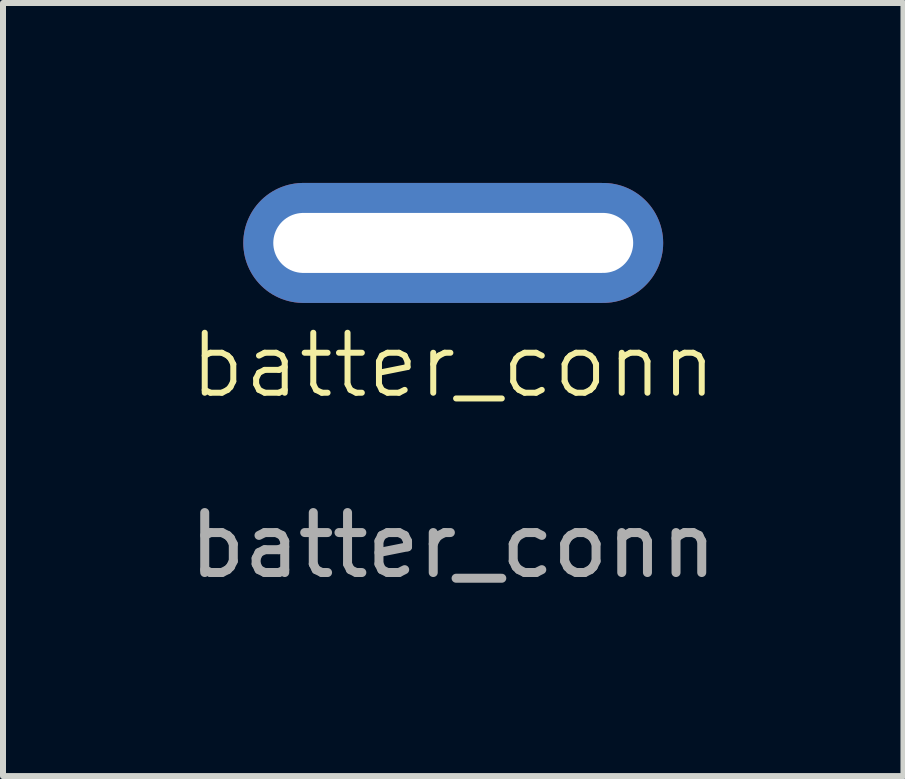
<source format=kicad_pcb>
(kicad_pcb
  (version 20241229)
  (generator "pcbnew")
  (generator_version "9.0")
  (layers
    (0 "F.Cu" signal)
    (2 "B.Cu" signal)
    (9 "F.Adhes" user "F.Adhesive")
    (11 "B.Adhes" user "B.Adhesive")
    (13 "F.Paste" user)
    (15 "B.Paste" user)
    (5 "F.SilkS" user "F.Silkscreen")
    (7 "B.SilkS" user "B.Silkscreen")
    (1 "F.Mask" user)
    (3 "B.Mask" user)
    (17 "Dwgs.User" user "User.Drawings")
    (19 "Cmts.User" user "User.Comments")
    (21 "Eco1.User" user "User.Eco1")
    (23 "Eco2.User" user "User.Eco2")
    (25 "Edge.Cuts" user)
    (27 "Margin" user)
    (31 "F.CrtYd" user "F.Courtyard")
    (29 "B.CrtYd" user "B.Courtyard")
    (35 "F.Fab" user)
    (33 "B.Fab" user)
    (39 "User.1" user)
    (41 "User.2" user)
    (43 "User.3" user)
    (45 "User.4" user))
  (footprint "batter_conn"
    (layer "F.Cu")
    (at 4.506 3.54)
    (property "Reference" "batter_conn" (at 0 -0.5 0) (unlocked yes) (layer "F.SilkS") (effects (font (size 1 1) (thickness 0.1))))
    (attr through_hole)
    (fp_text user "${REFERENCE}" (at 0 2.5 0) (unlocked yes) (layer "F.Fab") (effects (font (size 1 1) (thickness 0.15))))
    (pad "1" thru_hole oval (at 0 -2.54) (size 7 2) (drill oval 6 1) (layers "*.Cu" "*.Mask")))
  (gr_rect
    (start -3 -3)
    (end 12.012 9.888)
    (stroke (width 0.1) (type default))
    (fill no)
    (layer "Edge.Cuts")))
</source>
